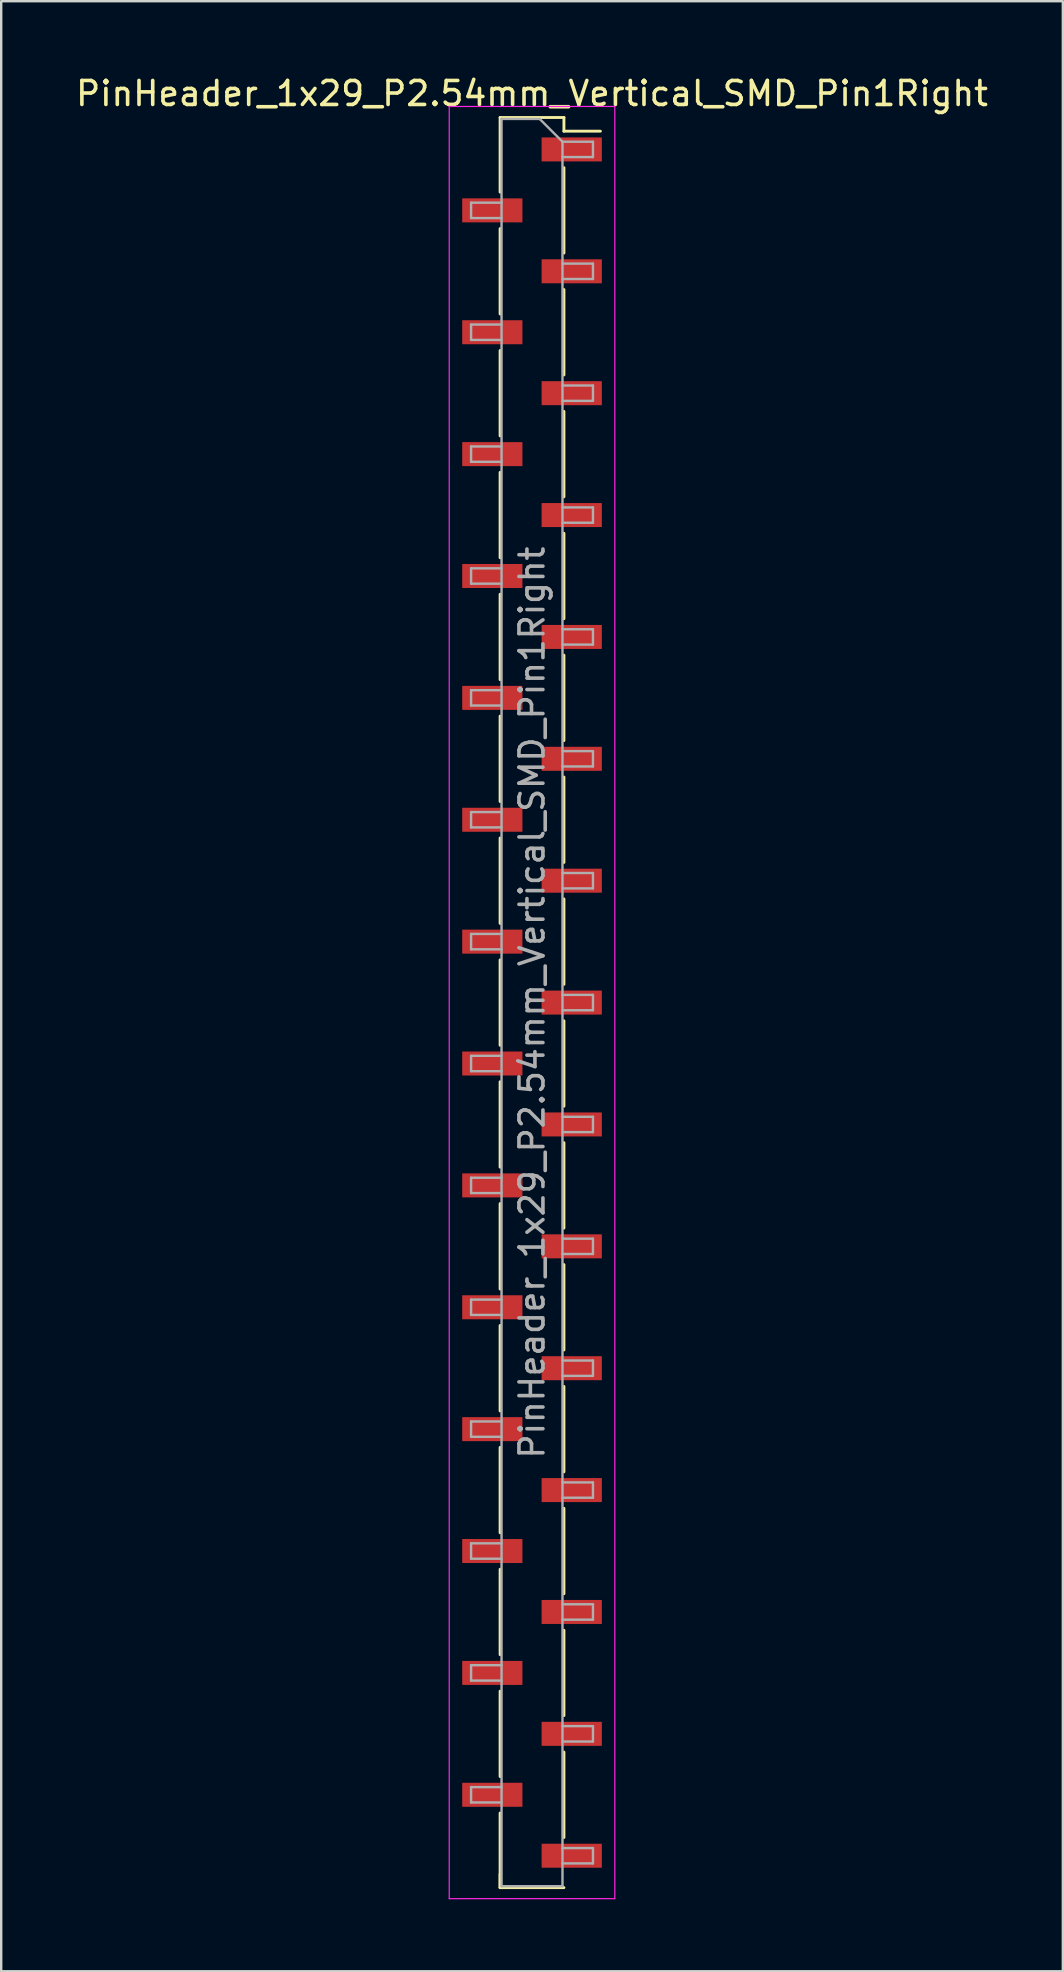
<source format=kicad_pcb>
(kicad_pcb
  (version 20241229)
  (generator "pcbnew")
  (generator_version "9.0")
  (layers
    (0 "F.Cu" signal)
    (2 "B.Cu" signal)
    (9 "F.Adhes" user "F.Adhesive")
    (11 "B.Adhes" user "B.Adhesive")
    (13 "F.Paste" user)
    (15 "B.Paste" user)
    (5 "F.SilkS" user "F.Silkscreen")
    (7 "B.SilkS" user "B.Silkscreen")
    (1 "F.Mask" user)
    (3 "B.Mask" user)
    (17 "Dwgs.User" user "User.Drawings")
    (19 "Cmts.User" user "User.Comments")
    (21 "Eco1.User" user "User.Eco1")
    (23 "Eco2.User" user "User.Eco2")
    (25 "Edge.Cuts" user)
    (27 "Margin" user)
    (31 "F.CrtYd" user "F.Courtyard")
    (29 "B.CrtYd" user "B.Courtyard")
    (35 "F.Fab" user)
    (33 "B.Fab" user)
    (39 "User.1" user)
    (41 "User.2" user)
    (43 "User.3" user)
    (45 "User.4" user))
  (footprint "PinHeader_1x29_P2.54mm_Vertical_SMD_Pin1Right"
    (layer "F.Cu")
    (at 19.125 38.738)
    (property "Reference" "PinHeader_1x29_P2.54mm_Vertical_SMD_Pin1Right" (at 0 -37.89 0) (layer "F.SilkS") (effects (font (size 1 1) (thickness 0.15))))
    (attr smd)
    (fp_line (start -1.33 -36.89) (end -1.33 -33.78) (stroke (width 0.12) (type solid)) (layer "F.SilkS"))
    (fp_line (start -1.33 -36.89) (end 1.33 -36.89) (stroke (width 0.12) (type solid)) (layer "F.SilkS"))
    (fp_line (start -1.33 -32.26) (end -1.33 -28.7) (stroke (width 0.12) (type solid)) (layer "F.SilkS"))
    (fp_line (start -1.33 -27.18) (end -1.33 -23.62) (stroke (width 0.12) (type solid)) (layer "F.SilkS"))
    (fp_line (start -1.33 -22.1) (end -1.33 -18.54) (stroke (width 0.12) (type solid)) (layer "F.SilkS"))
    (fp_line (start -1.33 -17.02) (end -1.33 -13.46) (stroke (width 0.12) (type solid)) (layer "F.SilkS"))
    (fp_line (start -1.33 -11.94) (end -1.33 -8.38) (stroke (width 0.12) (type solid)) (layer "F.SilkS"))
    (fp_line (start -1.33 -6.86) (end -1.33 -3.3) (stroke (width 0.12) (type solid)) (layer "F.SilkS"))
    (fp_line (start -1.33 -1.78) (end -1.33 1.78) (stroke (width 0.12) (type solid)) (layer "F.SilkS"))
    (fp_line (start -1.33 3.3) (end -1.33 6.86) (stroke (width 0.12) (type solid)) (layer "F.SilkS"))
    (fp_line (start -1.33 8.38) (end -1.33 11.94) (stroke (width 0.12) (type solid)) (layer "F.SilkS"))
    (fp_line (start -1.33 13.46) (end -1.33 17.02) (stroke (width 0.12) (type solid)) (layer "F.SilkS"))
    (fp_line (start -1.33 18.54) (end -1.33 22.1) (stroke (width 0.12) (type solid)) (layer "F.SilkS"))
    (fp_line (start -1.33 23.62) (end -1.33 27.18) (stroke (width 0.12) (type solid)) (layer "F.SilkS"))
    (fp_line (start -1.33 28.7) (end -1.33 32.26) (stroke (width 0.12) (type solid)) (layer "F.SilkS"))
    (fp_line (start -1.33 33.78) (end -1.33 36.89) (stroke (width 0.12) (type solid)) (layer "F.SilkS"))
    (fp_line (start -1.33 36.32) (end -1.33 36.89) (stroke (width 0.12) (type solid)) (layer "F.SilkS"))
    (fp_line (start -1.33 36.89) (end 1.33 36.89) (stroke (width 0.12) (type solid)) (layer "F.SilkS"))
    (fp_line (start 1.33 -36.89) (end 1.33 -36.32) (stroke (width 0.12) (type solid)) (layer "F.SilkS"))
    (fp_line (start 1.33 -36.32) (end 2.85 -36.32) (stroke (width 0.12) (type solid)) (layer "F.SilkS"))
    (fp_line (start 1.33 -34.8) (end 1.33 -31.24) (stroke (width 0.12) (type solid)) (layer "F.SilkS"))
    (fp_line (start 1.33 -29.72) (end 1.33 -26.16) (stroke (width 0.12) (type solid)) (layer "F.SilkS"))
    (fp_line (start 1.33 -24.64) (end 1.33 -21.08) (stroke (width 0.12) (type solid)) (layer "F.SilkS"))
    (fp_line (start 1.33 -19.56) (end 1.33 -16) (stroke (width 0.12) (type solid)) (layer "F.SilkS"))
    (fp_line (start 1.33 -14.48) (end 1.33 -10.92) (stroke (width 0.12) (type solid)) (layer "F.SilkS"))
    (fp_line (start 1.33 -9.4) (end 1.33 -5.84) (stroke (width 0.12) (type solid)) (layer "F.SilkS"))
    (fp_line (start 1.33 -4.32) (end 1.33 -0.76) (stroke (width 0.12) (type solid)) (layer "F.SilkS"))
    (fp_line (start 1.33 0.76) (end 1.33 4.32) (stroke (width 0.12) (type solid)) (layer "F.SilkS"))
    (fp_line (start 1.33 5.84) (end 1.33 9.4) (stroke (width 0.12) (type solid)) (layer "F.SilkS"))
    (fp_line (start 1.33 10.92) (end 1.33 14.48) (stroke (width 0.12) (type solid)) (layer "F.SilkS"))
    (fp_line (start 1.33 16) (end 1.33 19.56) (stroke (width 0.12) (type solid)) (layer "F.SilkS"))
    (fp_line (start 1.33 21.08) (end 1.33 24.64) (stroke (width 0.12) (type solid)) (layer "F.SilkS"))
    (fp_line (start 1.33 26.16) (end 1.33 29.72) (stroke (width 0.12) (type solid)) (layer "F.SilkS"))
    (fp_line (start 1.33 31.24) (end 1.33 34.8) (stroke (width 0.12) (type solid)) (layer "F.SilkS"))
    (fp_line (start -3.45 -37.35) (end -3.45 37.35) (stroke (width 0.05) (type solid)) (layer "F.CrtYd"))
    (fp_line (start -3.45 37.35) (end 3.45 37.35) (stroke (width 0.05) (type solid)) (layer "F.CrtYd"))
    (fp_line (start 3.45 -37.35) (end -3.45 -37.35) (stroke (width 0.05) (type solid)) (layer "F.CrtYd"))
    (fp_line (start 3.45 37.35) (end 3.45 -37.35) (stroke (width 0.05) (type solid)) (layer "F.CrtYd"))
    (fp_line (start -2.54 -33.34) (end -2.54 -32.7) (stroke (width 0.1) (type solid)) (layer "F.Fab"))
    (fp_line (start -2.54 -32.7) (end -1.27 -32.7) (stroke (width 0.1) (type solid)) (layer "F.Fab"))
    (fp_line (start -2.54 -28.26) (end -2.54 -27.62) (stroke (width 0.1) (type solid)) (layer "F.Fab"))
    (fp_line (start -2.54 -27.62) (end -1.27 -27.62) (stroke (width 0.1) (type solid)) (layer "F.Fab"))
    (fp_line (start -2.54 -23.18) (end -2.54 -22.54) (stroke (width 0.1) (type solid)) (layer "F.Fab"))
    (fp_line (start -2.54 -22.54) (end -1.27 -22.54) (stroke (width 0.1) (type solid)) (layer "F.Fab"))
    (fp_line (start -2.54 -18.1) (end -2.54 -17.46) (stroke (width 0.1) (type solid)) (layer "F.Fab"))
    (fp_line (start -2.54 -17.46) (end -1.27 -17.46) (stroke (width 0.1) (type solid)) (layer "F.Fab"))
    (fp_line (start -2.54 -13.02) (end -2.54 -12.38) (stroke (width 0.1) (type solid)) (layer "F.Fab"))
    (fp_line (start -2.54 -12.38) (end -1.27 -12.38) (stroke (width 0.1) (type solid)) (layer "F.Fab"))
    (fp_line (start -2.54 -7.94) (end -2.54 -7.3) (stroke (width 0.1) (type solid)) (layer "F.Fab"))
    (fp_line (start -2.54 -7.3) (end -1.27 -7.3) (stroke (width 0.1) (type solid)) (layer "F.Fab"))
    (fp_line (start -2.54 -2.86) (end -2.54 -2.22) (stroke (width 0.1) (type solid)) (layer "F.Fab"))
    (fp_line (start -2.54 -2.22) (end -1.27 -2.22) (stroke (width 0.1) (type solid)) (layer "F.Fab"))
    (fp_line (start -2.54 2.22) (end -2.54 2.86) (stroke (width 0.1) (type solid)) (layer "F.Fab"))
    (fp_line (start -2.54 2.86) (end -1.27 2.86) (stroke (width 0.1) (type solid)) (layer "F.Fab"))
    (fp_line (start -2.54 7.3) (end -2.54 7.94) (stroke (width 0.1) (type solid)) (layer "F.Fab"))
    (fp_line (start -2.54 7.94) (end -1.27 7.94) (stroke (width 0.1) (type solid)) (layer "F.Fab"))
    (fp_line (start -2.54 12.38) (end -2.54 13.02) (stroke (width 0.1) (type solid)) (layer "F.Fab"))
    (fp_line (start -2.54 13.02) (end -1.27 13.02) (stroke (width 0.1) (type solid)) (layer "F.Fab"))
    (fp_line (start -2.54 17.46) (end -2.54 18.1) (stroke (width 0.1) (type solid)) (layer "F.Fab"))
    (fp_line (start -2.54 18.1) (end -1.27 18.1) (stroke (width 0.1) (type solid)) (layer "F.Fab"))
    (fp_line (start -2.54 22.54) (end -2.54 23.18) (stroke (width 0.1) (type solid)) (layer "F.Fab"))
    (fp_line (start -2.54 23.18) (end -1.27 23.18) (stroke (width 0.1) (type solid)) (layer "F.Fab"))
    (fp_line (start -2.54 27.62) (end -2.54 28.26) (stroke (width 0.1) (type solid)) (layer "F.Fab"))
    (fp_line (start -2.54 28.26) (end -1.27 28.26) (stroke (width 0.1) (type solid)) (layer "F.Fab"))
    (fp_line (start -2.54 32.7) (end -2.54 33.34) (stroke (width 0.1) (type solid)) (layer "F.Fab"))
    (fp_line (start -2.54 33.34) (end -1.27 33.34) (stroke (width 0.1) (type solid)) (layer "F.Fab"))
    (fp_line (start -1.27 -36.83) (end -1.27 36.83) (stroke (width 0.1) (type solid)) (layer "F.Fab"))
    (fp_line (start -1.27 -36.83) (end 0.32 -36.83) (stroke (width 0.1) (type solid)) (layer "F.Fab"))
    (fp_line (start -1.27 -33.34) (end -2.54 -33.34) (stroke (width 0.1) (type solid)) (layer "F.Fab"))
    (fp_line (start -1.27 -28.26) (end -2.54 -28.26) (stroke (width 0.1) (type solid)) (layer "F.Fab"))
    (fp_line (start -1.27 -23.18) (end -2.54 -23.18) (stroke (width 0.1) (type solid)) (layer "F.Fab"))
    (fp_line (start -1.27 -18.1) (end -2.54 -18.1) (stroke (width 0.1) (type solid)) (layer "F.Fab"))
    (fp_line (start -1.27 -13.02) (end -2.54 -13.02) (stroke (width 0.1) (type solid)) (layer "F.Fab"))
    (fp_line (start -1.27 -7.94) (end -2.54 -7.94) (stroke (width 0.1) (type solid)) (layer "F.Fab"))
    (fp_line (start -1.27 -2.86) (end -2.54 -2.86) (stroke (width 0.1) (type solid)) (layer "F.Fab"))
    (fp_line (start -1.27 2.22) (end -2.54 2.22) (stroke (width 0.1) (type solid)) (layer "F.Fab"))
    (fp_line (start -1.27 7.3) (end -2.54 7.3) (stroke (width 0.1) (type solid)) (layer "F.Fab"))
    (fp_line (start -1.27 12.38) (end -2.54 12.38) (stroke (width 0.1) (type solid)) (layer "F.Fab"))
    (fp_line (start -1.27 17.46) (end -2.54 17.46) (stroke (width 0.1) (type solid)) (layer "F.Fab"))
    (fp_line (start -1.27 22.54) (end -2.54 22.54) (stroke (width 0.1) (type solid)) (layer "F.Fab"))
    (fp_line (start -1.27 27.62) (end -2.54 27.62) (stroke (width 0.1) (type solid)) (layer "F.Fab"))
    (fp_line (start -1.27 32.7) (end -2.54 32.7) (stroke (width 0.1) (type solid)) (layer "F.Fab"))
    (fp_line (start 1.27 -35.88) (end 0.32 -36.83) (stroke (width 0.1) (type solid)) (layer "F.Fab"))
    (fp_line (start 1.27 -35.88) (end 2.54 -35.88) (stroke (width 0.1) (type solid)) (layer "F.Fab"))
    (fp_line (start 1.27 -30.8) (end 2.54 -30.8) (stroke (width 0.1) (type solid)) (layer "F.Fab"))
    (fp_line (start 1.27 -25.72) (end 2.54 -25.72) (stroke (width 0.1) (type solid)) (layer "F.Fab"))
    (fp_line (start 1.27 -20.64) (end 2.54 -20.64) (stroke (width 0.1) (type solid)) (layer "F.Fab"))
    (fp_line (start 1.27 -15.56) (end 2.54 -15.56) (stroke (width 0.1) (type solid)) (layer "F.Fab"))
    (fp_line (start 1.27 -10.48) (end 2.54 -10.48) (stroke (width 0.1) (type solid)) (layer "F.Fab"))
    (fp_line (start 1.27 -5.4) (end 2.54 -5.4) (stroke (width 0.1) (type solid)) (layer "F.Fab"))
    (fp_line (start 1.27 -0.32) (end 2.54 -0.32) (stroke (width 0.1) (type solid)) (layer "F.Fab"))
    (fp_line (start 1.27 4.76) (end 2.54 4.76) (stroke (width 0.1) (type solid)) (layer "F.Fab"))
    (fp_line (start 1.27 9.84) (end 2.54 9.84) (stroke (width 0.1) (type solid)) (layer "F.Fab"))
    (fp_line (start 1.27 14.92) (end 2.54 14.92) (stroke (width 0.1) (type solid)) (layer "F.Fab"))
    (fp_line (start 1.27 20) (end 2.54 20) (stroke (width 0.1) (type solid)) (layer "F.Fab"))
    (fp_line (start 1.27 25.08) (end 2.54 25.08) (stroke (width 0.1) (type solid)) (layer "F.Fab"))
    (fp_line (start 1.27 30.16) (end 2.54 30.16) (stroke (width 0.1) (type solid)) (layer "F.Fab"))
    (fp_line (start 1.27 35.24) (end 2.54 35.24) (stroke (width 0.1) (type solid)) (layer "F.Fab"))
    (fp_line (start 1.27 36.83) (end -1.27 36.83) (stroke (width 0.1) (type solid)) (layer "F.Fab"))
    (fp_line (start 1.27 36.83) (end 1.27 -35.88) (stroke (width 0.1) (type solid)) (layer "F.Fab"))
    (fp_line (start 2.54 -35.88) (end 2.54 -35.24) (stroke (width 0.1) (type solid)) (layer "F.Fab"))
    (fp_line (start 2.54 -35.24) (end 1.27 -35.24) (stroke (width 0.1) (type solid)) (layer "F.Fab"))
    (fp_line (start 2.54 -30.8) (end 2.54 -30.16) (stroke (width 0.1) (type solid)) (layer "F.Fab"))
    (fp_line (start 2.54 -30.16) (end 1.27 -30.16) (stroke (width 0.1) (type solid)) (layer "F.Fab"))
    (fp_line (start 2.54 -25.72) (end 2.54 -25.08) (stroke (width 0.1) (type solid)) (layer "F.Fab"))
    (fp_line (start 2.54 -25.08) (end 1.27 -25.08) (stroke (width 0.1) (type solid)) (layer "F.Fab"))
    (fp_line (start 2.54 -20.64) (end 2.54 -20) (stroke (width 0.1) (type solid)) (layer "F.Fab"))
    (fp_line (start 2.54 -20) (end 1.27 -20) (stroke (width 0.1) (type solid)) (layer "F.Fab"))
    (fp_line (start 2.54 -15.56) (end 2.54 -14.92) (stroke (width 0.1) (type solid)) (layer "F.Fab"))
    (fp_line (start 2.54 -14.92) (end 1.27 -14.92) (stroke (width 0.1) (type solid)) (layer "F.Fab"))
    (fp_line (start 2.54 -10.48) (end 2.54 -9.84) (stroke (width 0.1) (type solid)) (layer "F.Fab"))
    (fp_line (start 2.54 -9.84) (end 1.27 -9.84) (stroke (width 0.1) (type solid)) (layer "F.Fab"))
    (fp_line (start 2.54 -5.4) (end 2.54 -4.76) (stroke (width 0.1) (type solid)) (layer "F.Fab"))
    (fp_line (start 2.54 -4.76) (end 1.27 -4.76) (stroke (width 0.1) (type solid)) (layer "F.Fab"))
    (fp_line (start 2.54 -0.32) (end 2.54 0.32) (stroke (width 0.1) (type solid)) (layer "F.Fab"))
    (fp_line (start 2.54 0.32) (end 1.27 0.32) (stroke (width 0.1) (type solid)) (layer "F.Fab"))
    (fp_line (start 2.54 4.76) (end 2.54 5.4) (stroke (width 0.1) (type solid)) (layer "F.Fab"))
    (fp_line (start 2.54 5.4) (end 1.27 5.4) (stroke (width 0.1) (type solid)) (layer "F.Fab"))
    (fp_line (start 2.54 9.84) (end 2.54 10.48) (stroke (width 0.1) (type solid)) (layer "F.Fab"))
    (fp_line (start 2.54 10.48) (end 1.27 10.48) (stroke (width 0.1) (type solid)) (layer "F.Fab"))
    (fp_line (start 2.54 14.92) (end 2.54 15.56) (stroke (width 0.1) (type solid)) (layer "F.Fab"))
    (fp_line (start 2.54 15.56) (end 1.27 15.56) (stroke (width 0.1) (type solid)) (layer "F.Fab"))
    (fp_line (start 2.54 20) (end 2.54 20.64) (stroke (width 0.1) (type solid)) (layer "F.Fab"))
    (fp_line (start 2.54 20.64) (end 1.27 20.64) (stroke (width 0.1) (type solid)) (layer "F.Fab"))
    (fp_line (start 2.54 25.08) (end 2.54 25.72) (stroke (width 0.1) (type solid)) (layer "F.Fab"))
    (fp_line (start 2.54 25.72) (end 1.27 25.72) (stroke (width 0.1) (type solid)) (layer "F.Fab"))
    (fp_line (start 2.54 30.16) (end 2.54 30.8) (stroke (width 0.1) (type solid)) (layer "F.Fab"))
    (fp_line (start 2.54 30.8) (end 1.27 30.8) (stroke (width 0.1) (type solid)) (layer "F.Fab"))
    (fp_line (start 2.54 35.24) (end 2.54 35.88) (stroke (width 0.1) (type solid)) (layer "F.Fab"))
    (fp_line (start 2.54 35.88) (end 1.27 35.88) (stroke (width 0.1) (type solid)) (layer "F.Fab"))
    (fp_text user "${REFERENCE}" (at 0 0 90) (layer "F.Fab") (effects (font (size 1 1) (thickness 0.15))))
    (pad "1" smd rect (at 1.655 -35.56) (size 2.51 1) (layers "F.Cu" "F.Mask" "F.Paste"))
    (pad "2" smd rect (at -1.655 -33.02) (size 2.51 1) (layers "F.Cu" "F.Mask" "F.Paste"))
    (pad "3" smd rect (at 1.655 -30.48) (size 2.51 1) (layers "F.Cu" "F.Mask" "F.Paste"))
    (pad "4" smd rect (at -1.655 -27.94) (size 2.51 1) (layers "F.Cu" "F.Mask" "F.Paste"))
    (pad "5" smd rect (at 1.655 -25.4) (size 2.51 1) (layers "F.Cu" "F.Mask" "F.Paste"))
    (pad "6" smd rect (at -1.655 -22.86) (size 2.51 1) (layers "F.Cu" "F.Mask" "F.Paste"))
    (pad "7" smd rect (at 1.655 -20.32) (size 2.51 1) (layers "F.Cu" "F.Mask" "F.Paste"))
    (pad "8" smd rect (at -1.655 -17.78) (size 2.51 1) (layers "F.Cu" "F.Mask" "F.Paste"))
    (pad "9" smd rect (at 1.655 -15.24) (size 2.51 1) (layers "F.Cu" "F.Mask" "F.Paste"))
    (pad "10" smd rect (at -1.655 -12.7) (size 2.51 1) (layers "F.Cu" "F.Mask" "F.Paste"))
    (pad "11" smd rect (at 1.655 -10.16) (size 2.51 1) (layers "F.Cu" "F.Mask" "F.Paste"))
    (pad "12" smd rect (at -1.655 -7.62) (size 2.51 1) (layers "F.Cu" "F.Mask" "F.Paste"))
    (pad "13" smd rect (at 1.655 -5.08) (size 2.51 1) (layers "F.Cu" "F.Mask" "F.Paste"))
    (pad "14" smd rect (at -1.655 -2.54) (size 2.51 1) (layers "F.Cu" "F.Mask" "F.Paste"))
    (pad "15" smd rect (at 1.655 0) (size 2.51 1) (layers "F.Cu" "F.Mask" "F.Paste"))
    (pad "16" smd rect (at -1.655 2.54) (size 2.51 1) (layers "F.Cu" "F.Mask" "F.Paste"))
    (pad "17" smd rect (at 1.655 5.08) (size 2.51 1) (layers "F.Cu" "F.Mask" "F.Paste"))
    (pad "18" smd rect (at -1.655 7.62) (size 2.51 1) (layers "F.Cu" "F.Mask" "F.Paste"))
    (pad "19" smd rect (at 1.655 10.16) (size 2.51 1) (layers "F.Cu" "F.Mask" "F.Paste"))
    (pad "20" smd rect (at -1.655 12.7) (size 2.51 1) (layers "F.Cu" "F.Mask" "F.Paste"))
    (pad "21" smd rect (at 1.655 15.24) (size 2.51 1) (layers "F.Cu" "F.Mask" "F.Paste"))
    (pad "22" smd rect (at -1.655 17.78) (size 2.51 1) (layers "F.Cu" "F.Mask" "F.Paste"))
    (pad "23" smd rect (at 1.655 20.32) (size 2.51 1) (layers "F.Cu" "F.Mask" "F.Paste"))
    (pad "24" smd rect (at -1.655 22.86) (size 2.51 1) (layers "F.Cu" "F.Mask" "F.Paste"))
    (pad "25" smd rect (at 1.655 25.4) (size 2.51 1) (layers "F.Cu" "F.Mask" "F.Paste"))
    (pad "26" smd rect (at -1.655 27.94) (size 2.51 1) (layers "F.Cu" "F.Mask" "F.Paste"))
    (pad "27" smd rect (at 1.655 30.48) (size 2.51 1) (layers "F.Cu" "F.Mask" "F.Paste"))
    (pad "28" smd rect (at -1.655 33.02) (size 2.51 1) (layers "F.Cu" "F.Mask" "F.Paste"))
    (pad "29" smd rect (at 1.655 35.56) (size 2.51 1) (layers "F.Cu" "F.Mask" "F.Paste")))
  (gr_rect
    (start -3 -3)
    (end 41.25 79.113)
    (stroke (width 0.1) (type default))
    (fill no)
    (layer "Edge.Cuts")))
</source>
